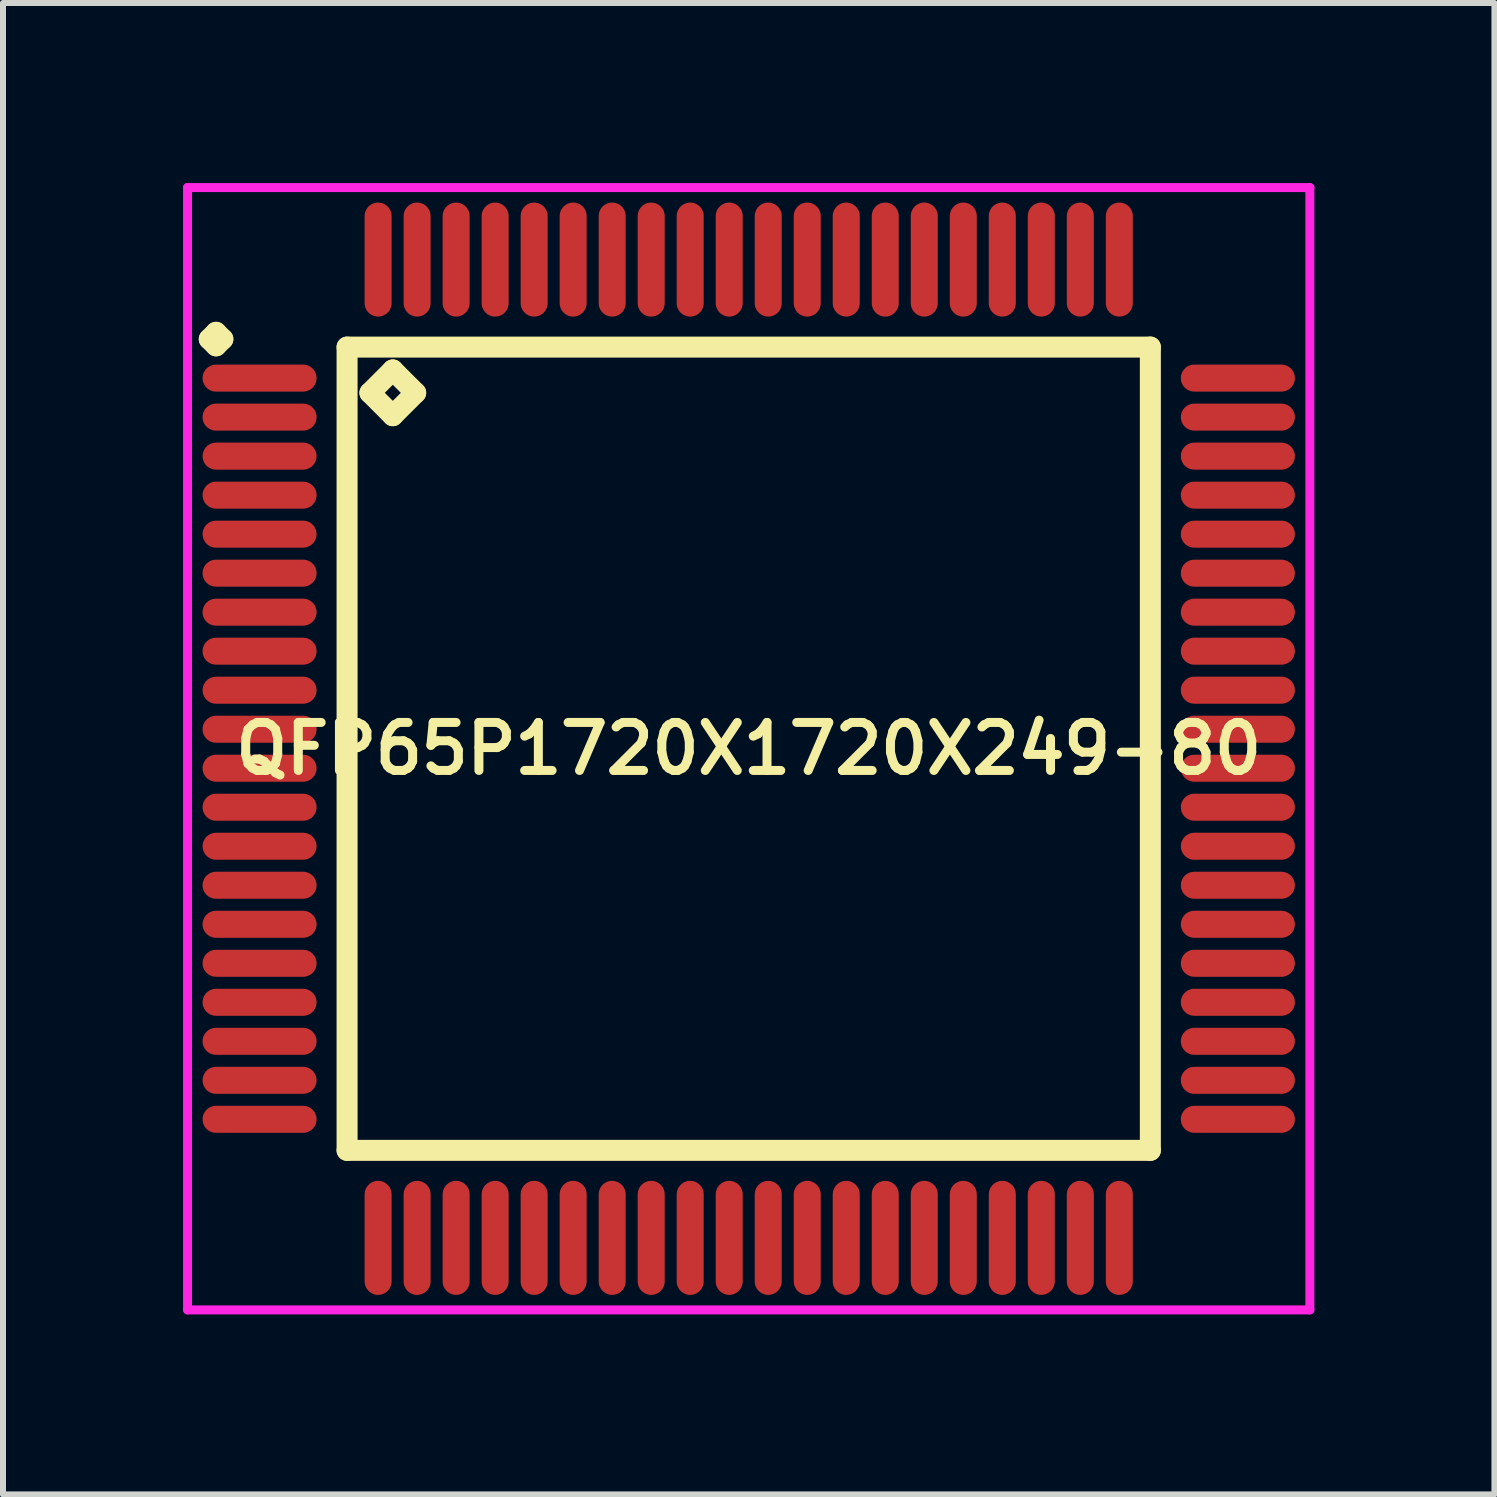
<source format=kicad_pcb>
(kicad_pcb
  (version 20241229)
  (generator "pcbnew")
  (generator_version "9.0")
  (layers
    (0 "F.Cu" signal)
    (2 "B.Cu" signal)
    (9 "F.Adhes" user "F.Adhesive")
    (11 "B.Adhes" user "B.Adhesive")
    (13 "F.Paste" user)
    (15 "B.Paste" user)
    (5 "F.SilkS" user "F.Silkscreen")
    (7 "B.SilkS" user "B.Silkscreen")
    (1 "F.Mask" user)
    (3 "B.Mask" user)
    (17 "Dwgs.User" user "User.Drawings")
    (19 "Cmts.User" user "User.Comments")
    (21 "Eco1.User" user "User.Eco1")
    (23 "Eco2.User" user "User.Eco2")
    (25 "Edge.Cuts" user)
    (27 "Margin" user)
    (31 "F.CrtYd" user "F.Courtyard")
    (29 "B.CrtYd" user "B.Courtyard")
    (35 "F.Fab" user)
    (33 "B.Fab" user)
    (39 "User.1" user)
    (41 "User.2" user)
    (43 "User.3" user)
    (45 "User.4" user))
  (footprint "QFP65P1720X1720X249-80"
    (layer "F.Cu")
    (at 9.425 9.425)
    (property "Reference" "QFP65P1720X1720X249-80" (at 0 0 0) (layer "F.SilkS") (effects (font (size 0.8 0.8) (thickness 0.15))))
    (attr smd)
    (fp_line (start -8.988 -6.825) (end -8.875 -6.938) (stroke (width 0.35) (type solid)) (layer "F.SilkS"))
    (fp_line (start -8.875 -6.938) (end -8.762 -6.825) (stroke (width 0.35) (type solid)) (layer "F.SilkS"))
    (fp_line (start -8.875 -6.713) (end -8.988 -6.825) (stroke (width 0.35) (type solid)) (layer "F.SilkS"))
    (fp_line (start -8.762 -6.825) (end -8.875 -6.713) (stroke (width 0.35) (type solid)) (layer "F.SilkS"))
    (fp_line (start -6.692 -6.692) (end -6.692 6.692) (stroke (width 0.35) (type solid)) (layer "F.SilkS"))
    (fp_line (start -6.692 6.692) (end 6.692 6.692) (stroke (width 0.35) (type solid)) (layer "F.SilkS"))
    (fp_line (start -6.311 -5.93) (end -5.93 -6.311) (stroke (width 0.35) (type solid)) (layer "F.SilkS"))
    (fp_line (start -5.93 -6.311) (end -5.549 -5.93) (stroke (width 0.35) (type solid)) (layer "F.SilkS"))
    (fp_line (start -5.93 -5.549) (end -6.311 -5.93) (stroke (width 0.35) (type solid)) (layer "F.SilkS"))
    (fp_line (start -5.549 -5.93) (end -5.93 -5.549) (stroke (width 0.35) (type solid)) (layer "F.SilkS"))
    (fp_line (start 6.692 -6.692) (end -6.692 -6.692) (stroke (width 0.35) (type solid)) (layer "F.SilkS"))
    (fp_line (start 6.692 6.692) (end 6.692 -6.692) (stroke (width 0.35) (type solid)) (layer "F.SilkS"))
    (fp_line (start -9.35 -9.35) (end 9.35 -9.35) (stroke (width 0.15) (type solid)) (layer "F.CrtYd"))
    (fp_line (start -9.35 9.35) (end -9.35 -9.35) (stroke (width 0.15) (type solid)) (layer "F.CrtYd"))
    (fp_line (start 9.35 -9.35) (end 9.35 9.35) (stroke (width 0.15) (type solid)) (layer "F.CrtYd"))
    (fp_line (start 9.35 9.35) (end -9.35 9.35) (stroke (width 0.15) (type solid)) (layer "F.CrtYd"))
    (pad "1" smd oval (at -8.15 -6.175) (size 1.9 0.45) (layers "F.Cu" "F.Mask" "F.Paste"))
    (pad "2" smd oval (at -8.15 -5.525) (size 1.9 0.45) (layers "F.Cu" "F.Mask" "F.Paste"))
    (pad "3" smd oval (at -8.15 -4.875) (size 1.9 0.45) (layers "F.Cu" "F.Mask" "F.Paste"))
    (pad "4" smd oval (at -8.15 -4.225) (size 1.9 0.45) (layers "F.Cu" "F.Mask" "F.Paste"))
    (pad "5" smd oval (at -8.15 -3.575) (size 1.9 0.45) (layers "F.Cu" "F.Mask" "F.Paste"))
    (pad "6" smd oval (at -8.15 -2.925) (size 1.9 0.45) (layers "F.Cu" "F.Mask" "F.Paste"))
    (pad "7" smd oval (at -8.15 -2.275) (size 1.9 0.45) (layers "F.Cu" "F.Mask" "F.Paste"))
    (pad "8" smd oval (at -8.15 -1.625) (size 1.9 0.45) (layers "F.Cu" "F.Mask" "F.Paste"))
    (pad "9" smd oval (at -8.15 -0.975) (size 1.9 0.45) (layers "F.Cu" "F.Mask" "F.Paste"))
    (pad "10" smd oval (at -8.15 -0.325) (size 1.9 0.45) (layers "F.Cu" "F.Mask" "F.Paste"))
    (pad "11" smd oval (at -8.15 0.325) (size 1.9 0.45) (layers "F.Cu" "F.Mask" "F.Paste"))
    (pad "12" smd oval (at -8.15 0.975) (size 1.9 0.45) (layers "F.Cu" "F.Mask" "F.Paste"))
    (pad "13" smd oval (at -8.15 1.625) (size 1.9 0.45) (layers "F.Cu" "F.Mask" "F.Paste"))
    (pad "14" smd oval (at -8.15 2.275) (size 1.9 0.45) (layers "F.Cu" "F.Mask" "F.Paste"))
    (pad "15" smd oval (at -8.15 2.925) (size 1.9 0.45) (layers "F.Cu" "F.Mask" "F.Paste"))
    (pad "16" smd oval (at -8.15 3.575) (size 1.9 0.45) (layers "F.Cu" "F.Mask" "F.Paste"))
    (pad "17" smd oval (at -8.15 4.225) (size 1.9 0.45) (layers "F.Cu" "F.Mask" "F.Paste"))
    (pad "18" smd oval (at -8.15 4.875) (size 1.9 0.45) (layers "F.Cu" "F.Mask" "F.Paste"))
    (pad "19" smd oval (at -8.15 5.525) (size 1.9 0.45) (layers "F.Cu" "F.Mask" "F.Paste"))
    (pad "20" smd oval (at -8.15 6.175) (size 1.9 0.45) (layers "F.Cu" "F.Mask" "F.Paste"))
    (pad "21" smd oval (at -6.175 8.15) (size 0.45 1.9) (layers "F.Cu" "F.Mask" "F.Paste"))
    (pad "22" smd oval (at -5.525 8.15) (size 0.45 1.9) (layers "F.Cu" "F.Mask" "F.Paste"))
    (pad "23" smd oval (at -4.875 8.15) (size 0.45 1.9) (layers "F.Cu" "F.Mask" "F.Paste"))
    (pad "24" smd oval (at -4.225 8.15) (size 0.45 1.9) (layers "F.Cu" "F.Mask" "F.Paste"))
    (pad "25" smd oval (at -3.575 8.15) (size 0.45 1.9) (layers "F.Cu" "F.Mask" "F.Paste"))
    (pad "26" smd oval (at -2.925 8.15) (size 0.45 1.9) (layers "F.Cu" "F.Mask" "F.Paste"))
    (pad "27" smd oval (at -2.275 8.15) (size 0.45 1.9) (layers "F.Cu" "F.Mask" "F.Paste"))
    (pad "28" smd oval (at -1.625 8.15) (size 0.45 1.9) (layers "F.Cu" "F.Mask" "F.Paste"))
    (pad "29" smd oval (at -0.975 8.15) (size 0.45 1.9) (layers "F.Cu" "F.Mask" "F.Paste"))
    (pad "30" smd oval (at -0.325 8.15) (size 0.45 1.9) (layers "F.Cu" "F.Mask" "F.Paste"))
    (pad "31" smd oval (at 0.325 8.15) (size 0.45 1.9) (layers "F.Cu" "F.Mask" "F.Paste"))
    (pad "32" smd oval (at 0.975 8.15) (size 0.45 1.9) (layers "F.Cu" "F.Mask" "F.Paste"))
    (pad "33" smd oval (at 1.625 8.15) (size 0.45 1.9) (layers "F.Cu" "F.Mask" "F.Paste"))
    (pad "34" smd oval (at 2.275 8.15) (size 0.45 1.9) (layers "F.Cu" "F.Mask" "F.Paste"))
    (pad "35" smd oval (at 2.925 8.15) (size 0.45 1.9) (layers "F.Cu" "F.Mask" "F.Paste"))
    (pad "36" smd oval (at 3.575 8.15) (size 0.45 1.9) (layers "F.Cu" "F.Mask" "F.Paste"))
    (pad "37" smd oval (at 4.225 8.15) (size 0.45 1.9) (layers "F.Cu" "F.Mask" "F.Paste"))
    (pad "38" smd oval (at 4.875 8.15) (size 0.45 1.9) (layers "F.Cu" "F.Mask" "F.Paste"))
    (pad "39" smd oval (at 5.525 8.15) (size 0.45 1.9) (layers "F.Cu" "F.Mask" "F.Paste"))
    (pad "40" smd oval (at 6.175 8.15) (size 0.45 1.9) (layers "F.Cu" "F.Mask" "F.Paste"))
    (pad "41" smd oval (at 8.15 6.175) (size 1.9 0.45) (layers "F.Cu" "F.Mask" "F.Paste"))
    (pad "42" smd oval (at 8.15 5.525) (size 1.9 0.45) (layers "F.Cu" "F.Mask" "F.Paste"))
    (pad "43" smd oval (at 8.15 4.875) (size 1.9 0.45) (layers "F.Cu" "F.Mask" "F.Paste"))
    (pad "44" smd oval (at 8.15 4.225) (size 1.9 0.45) (layers "F.Cu" "F.Mask" "F.Paste"))
    (pad "45" smd oval (at 8.15 3.575) (size 1.9 0.45) (layers "F.Cu" "F.Mask" "F.Paste"))
    (pad "46" smd oval (at 8.15 2.925) (size 1.9 0.45) (layers "F.Cu" "F.Mask" "F.Paste"))
    (pad "47" smd oval (at 8.15 2.275) (size 1.9 0.45) (layers "F.Cu" "F.Mask" "F.Paste"))
    (pad "48" smd oval (at 8.15 1.625) (size 1.9 0.45) (layers "F.Cu" "F.Mask" "F.Paste"))
    (pad "49" smd oval (at 8.15 0.975) (size 1.9 0.45) (layers "F.Cu" "F.Mask" "F.Paste"))
    (pad "50" smd oval (at 8.15 0.325) (size 1.9 0.45) (layers "F.Cu" "F.Mask" "F.Paste"))
    (pad "51" smd oval (at 8.15 -0.325) (size 1.9 0.45) (layers "F.Cu" "F.Mask" "F.Paste"))
    (pad "52" smd oval (at 8.15 -0.975) (size 1.9 0.45) (layers "F.Cu" "F.Mask" "F.Paste"))
    (pad "53" smd oval (at 8.15 -1.625) (size 1.9 0.45) (layers "F.Cu" "F.Mask" "F.Paste"))
    (pad "54" smd oval (at 8.15 -2.275) (size 1.9 0.45) (layers "F.Cu" "F.Mask" "F.Paste"))
    (pad "55" smd oval (at 8.15 -2.925) (size 1.9 0.45) (layers "F.Cu" "F.Mask" "F.Paste"))
    (pad "56" smd oval (at 8.15 -3.575) (size 1.9 0.45) (layers "F.Cu" "F.Mask" "F.Paste"))
    (pad "57" smd oval (at 8.15 -4.225) (size 1.9 0.45) (layers "F.Cu" "F.Mask" "F.Paste"))
    (pad "58" smd oval (at 8.15 -4.875) (size 1.9 0.45) (layers "F.Cu" "F.Mask" "F.Paste"))
    (pad "59" smd oval (at 8.15 -5.525) (size 1.9 0.45) (layers "F.Cu" "F.Mask" "F.Paste"))
    (pad "60" smd oval (at 8.15 -6.175) (size 1.9 0.45) (layers "F.Cu" "F.Mask" "F.Paste"))
    (pad "61" smd oval (at 6.175 -8.15) (size 0.45 1.9) (layers "F.Cu" "F.Mask" "F.Paste"))
    (pad "62" smd oval (at 5.525 -8.15) (size 0.45 1.9) (layers "F.Cu" "F.Mask" "F.Paste"))
    (pad "63" smd oval (at 4.875 -8.15) (size 0.45 1.9) (layers "F.Cu" "F.Mask" "F.Paste"))
    (pad "64" smd oval (at 4.225 -8.15) (size 0.45 1.9) (layers "F.Cu" "F.Mask" "F.Paste"))
    (pad "65" smd oval (at 3.575 -8.15) (size 0.45 1.9) (layers "F.Cu" "F.Mask" "F.Paste"))
    (pad "66" smd oval (at 2.925 -8.15) (size 0.45 1.9) (layers "F.Cu" "F.Mask" "F.Paste"))
    (pad "67" smd oval (at 2.275 -8.15) (size 0.45 1.9) (layers "F.Cu" "F.Mask" "F.Paste"))
    (pad "68" smd oval (at 1.625 -8.15) (size 0.45 1.9) (layers "F.Cu" "F.Mask" "F.Paste"))
    (pad "69" smd oval (at 0.975 -8.15) (size 0.45 1.9) (layers "F.Cu" "F.Mask" "F.Paste"))
    (pad "70" smd oval (at 0.325 -8.15) (size 0.45 1.9) (layers "F.Cu" "F.Mask" "F.Paste"))
    (pad "71" smd oval (at -0.325 -8.15) (size 0.45 1.9) (layers "F.Cu" "F.Mask" "F.Paste"))
    (pad "72" smd oval (at -0.975 -8.15) (size 0.45 1.9) (layers "F.Cu" "F.Mask" "F.Paste"))
    (pad "73" smd oval (at -1.625 -8.15) (size 0.45 1.9) (layers "F.Cu" "F.Mask" "F.Paste"))
    (pad "74" smd oval (at -2.275 -8.15) (size 0.45 1.9) (layers "F.Cu" "F.Mask" "F.Paste"))
    (pad "75" smd oval (at -2.925 -8.15) (size 0.45 1.9) (layers "F.Cu" "F.Mask" "F.Paste"))
    (pad "76" smd oval (at -3.575 -8.15) (size 0.45 1.9) (layers "F.Cu" "F.Mask" "F.Paste"))
    (pad "77" smd oval (at -4.225 -8.15) (size 0.45 1.9) (layers "F.Cu" "F.Mask" "F.Paste"))
    (pad "78" smd oval (at -4.875 -8.15) (size 0.45 1.9) (layers "F.Cu" "F.Mask" "F.Paste"))
    (pad "79" smd oval (at -5.525 -8.15) (size 0.45 1.9) (layers "F.Cu" "F.Mask" "F.Paste"))
    (pad "80" smd oval (at -6.175 -8.15) (size 0.45 1.9) (layers "F.Cu" "F.Mask" "F.Paste")))
  (gr_rect
    (start -3 -3)
    (end 21.85 21.85)
    (stroke (width 0.1) (type default))
    (fill no)
    (layer "Edge.Cuts")))
</source>
